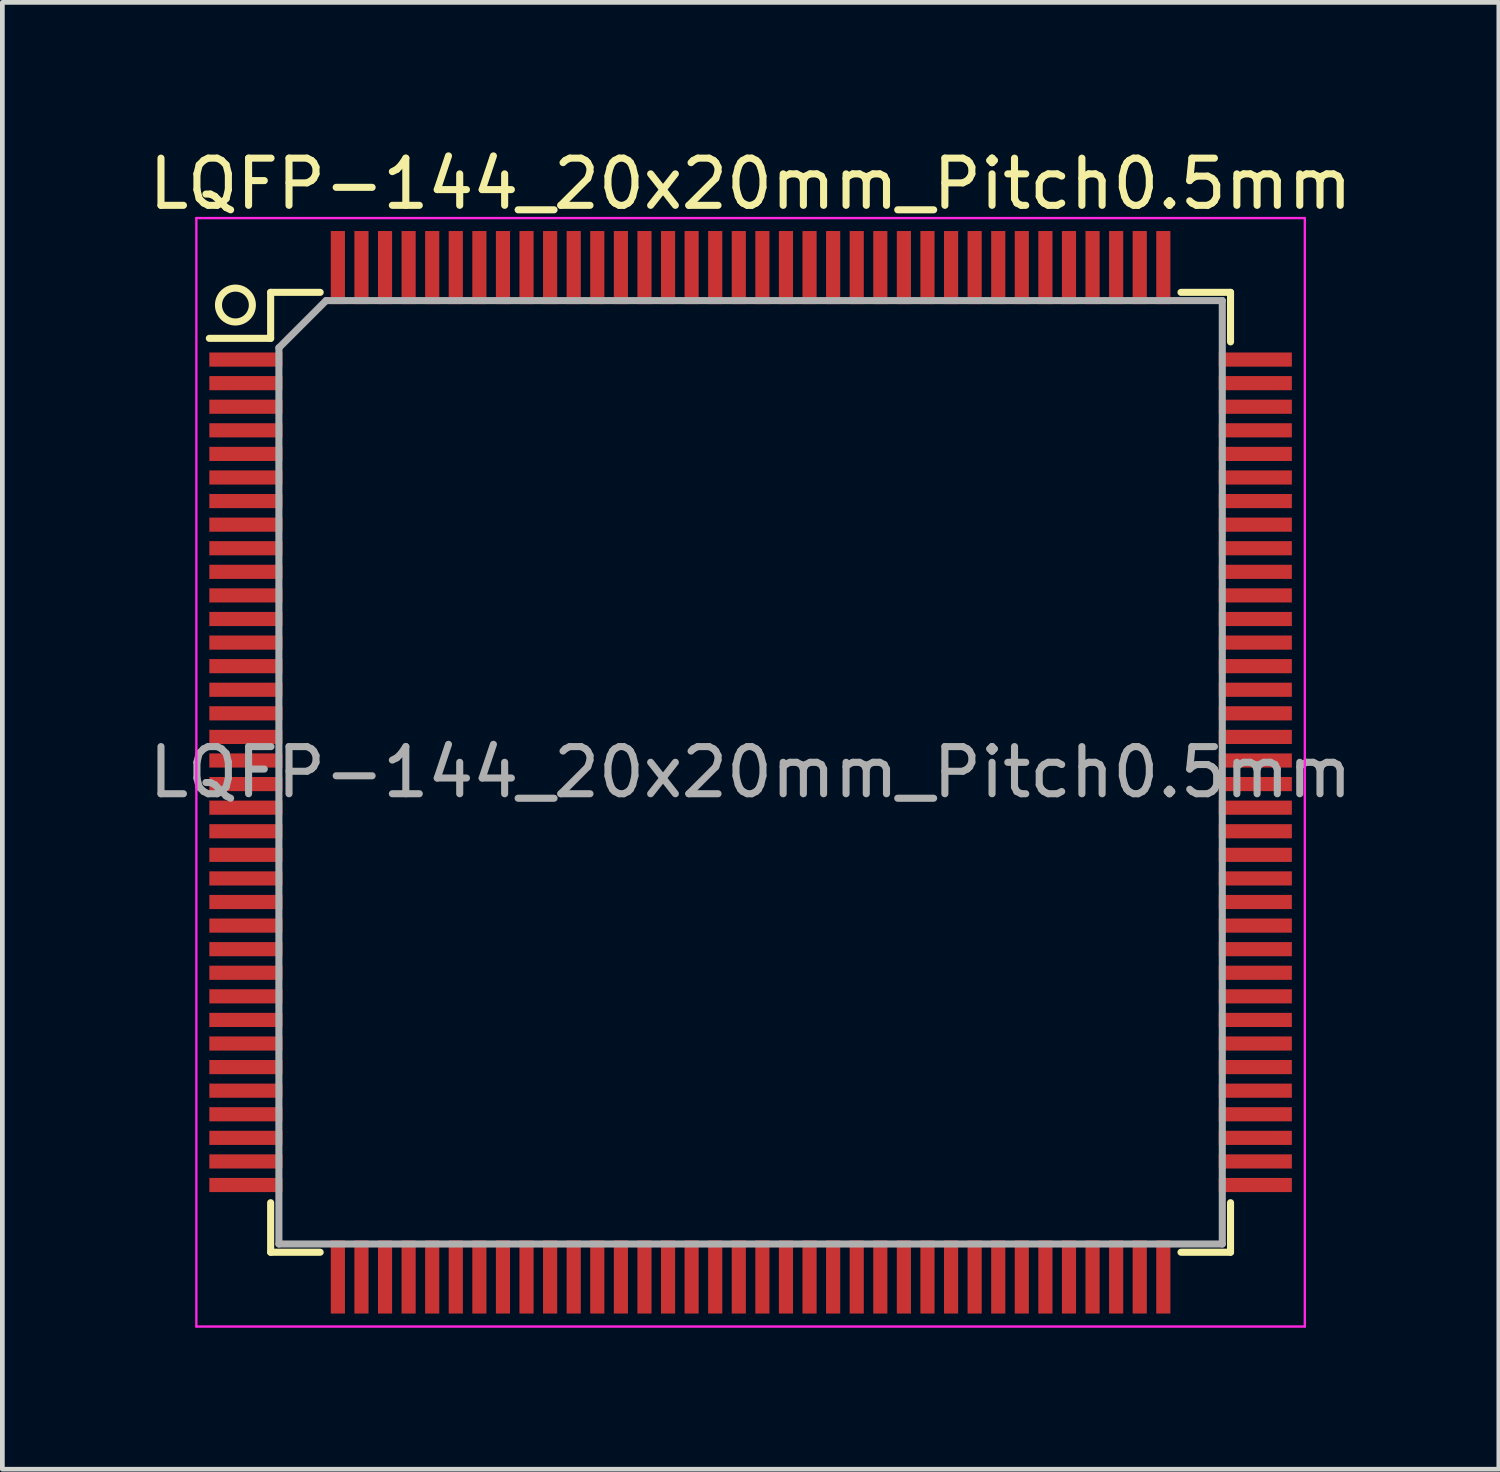
<source format=kicad_pcb>
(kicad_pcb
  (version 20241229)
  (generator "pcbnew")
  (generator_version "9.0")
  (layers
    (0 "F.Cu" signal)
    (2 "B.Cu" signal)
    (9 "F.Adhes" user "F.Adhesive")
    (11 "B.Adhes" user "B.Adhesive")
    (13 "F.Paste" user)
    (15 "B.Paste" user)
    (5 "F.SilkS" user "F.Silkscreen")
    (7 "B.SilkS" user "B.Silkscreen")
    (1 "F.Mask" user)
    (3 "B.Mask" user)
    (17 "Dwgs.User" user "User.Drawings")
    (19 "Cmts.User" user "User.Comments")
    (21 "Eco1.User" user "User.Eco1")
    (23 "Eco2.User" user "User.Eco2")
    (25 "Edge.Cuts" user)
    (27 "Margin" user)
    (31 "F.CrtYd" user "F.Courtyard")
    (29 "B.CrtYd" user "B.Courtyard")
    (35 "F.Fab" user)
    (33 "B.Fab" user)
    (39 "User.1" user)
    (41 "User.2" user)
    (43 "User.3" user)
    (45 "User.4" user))
  (footprint "LQFP-144_20x20mm_Pitch0.5mm"
    (layer "F.Cu")
    (at 12.863 13.323)
    (property "Reference" "LQFP-144_20x20mm_Pitch0.5mm" (at 0 -12.475 0) (layer "F.SilkS") (effects (font (size 1 1) (thickness 0.15))))
    (attr smd)
    (fp_line (start -10.175 -10.175) (end -10.175 -9.2) (stroke (width 0.15) (type solid)) (layer "F.SilkS"))
    (fp_line (start -10.175 -10.175) (end -9.125 -10.175) (stroke (width 0.15) (type solid)) (layer "F.SilkS"))
    (fp_line (start -10.175 -9.2) (end -11.475 -9.2) (stroke (width 0.15) (type solid)) (layer "F.SilkS"))
    (fp_line (start -10.175 10.175) (end -10.175 9.125) (stroke (width 0.15) (type solid)) (layer "F.SilkS"))
    (fp_line (start -10.175 10.175) (end -9.125 10.175) (stroke (width 0.15) (type solid)) (layer "F.SilkS"))
    (fp_line (start 10.175 -10.175) (end 9.125 -10.175) (stroke (width 0.15) (type solid)) (layer "F.SilkS"))
    (fp_line (start 10.175 -10.175) (end 10.175 -9.125) (stroke (width 0.15) (type solid)) (layer "F.SilkS"))
    (fp_line (start 10.175 10.175) (end 9.125 10.175) (stroke (width 0.15) (type solid)) (layer "F.SilkS"))
    (fp_line (start 10.175 10.175) (end 10.175 9.125) (stroke (width 0.15) (type solid)) (layer "F.SilkS"))
    (fp_circle (center -10.922 -9.906) (end -10.668 -9.652) (stroke (width 0.15) (type solid)) (fill no) (layer "F.SilkS"))
    (fp_line (start -11.75 -11.75) (end -11.75 11.75) (stroke (width 0.05) (type solid)) (layer "F.CrtYd"))
    (fp_line (start -11.75 -11.75) (end 11.75 -11.75) (stroke (width 0.05) (type solid)) (layer "F.CrtYd"))
    (fp_line (start -11.75 11.75) (end 11.75 11.75) (stroke (width 0.05) (type solid)) (layer "F.CrtYd"))
    (fp_line (start 11.75 -11.75) (end 11.75 11.75) (stroke (width 0.05) (type solid)) (layer "F.CrtYd"))
    (fp_line (start -10 -9) (end -9 -10) (stroke (width 0.15) (type solid)) (layer "F.Fab"))
    (fp_line (start -10 10) (end -10 -9) (stroke (width 0.15) (type solid)) (layer "F.Fab"))
    (fp_line (start -9 -10) (end 10 -10) (stroke (width 0.15) (type solid)) (layer "F.Fab"))
    (fp_line (start 10 -10) (end 10 10) (stroke (width 0.15) (type solid)) (layer "F.Fab"))
    (fp_line (start 10 10) (end -10 10) (stroke (width 0.15) (type solid)) (layer "F.Fab"))
    (fp_text user "${REFERENCE}" (at 0 0 0) (layer "F.Fab") (effects (font (size 1 1) (thickness 0.15))))
    (pad "1" smd rect (at -10.7 -8.75) (size 1.55 0.3) (layers "F.Cu" "F.Mask" "F.Paste"))
    (pad "2" smd rect (at -10.7 -8.25) (size 1.55 0.3) (layers "F.Cu" "F.Mask" "F.Paste"))
    (pad "3" smd rect (at -10.7 -7.75) (size 1.55 0.3) (layers "F.Cu" "F.Mask" "F.Paste"))
    (pad "4" smd rect (at -10.7 -7.25) (size 1.55 0.3) (layers "F.Cu" "F.Mask" "F.Paste"))
    (pad "5" smd rect (at -10.7 -6.75) (size 1.55 0.3) (layers "F.Cu" "F.Mask" "F.Paste"))
    (pad "6" smd rect (at -10.7 -6.25) (size 1.55 0.3) (layers "F.Cu" "F.Mask" "F.Paste"))
    (pad "7" smd rect (at -10.7 -5.75) (size 1.55 0.3) (layers "F.Cu" "F.Mask" "F.Paste"))
    (pad "8" smd rect (at -10.7 -5.25) (size 1.55 0.3) (layers "F.Cu" "F.Mask" "F.Paste"))
    (pad "9" smd rect (at -10.7 -4.75) (size 1.55 0.3) (layers "F.Cu" "F.Mask" "F.Paste"))
    (pad "10" smd rect (at -10.7 -4.25) (size 1.55 0.3) (layers "F.Cu" "F.Mask" "F.Paste"))
    (pad "11" smd rect (at -10.7 -3.75) (size 1.55 0.3) (layers "F.Cu" "F.Mask" "F.Paste"))
    (pad "12" smd rect (at -10.7 -3.25) (size 1.55 0.3) (layers "F.Cu" "F.Mask" "F.Paste"))
    (pad "13" smd rect (at -10.7 -2.75) (size 1.55 0.3) (layers "F.Cu" "F.Mask" "F.Paste"))
    (pad "14" smd rect (at -10.7 -2.25) (size 1.55 0.3) (layers "F.Cu" "F.Mask" "F.Paste"))
    (pad "15" smd rect (at -10.7 -1.75) (size 1.55 0.3) (layers "F.Cu" "F.Mask" "F.Paste"))
    (pad "16" smd rect (at -10.7 -1.25) (size 1.55 0.3) (layers "F.Cu" "F.Mask" "F.Paste"))
    (pad "17" smd rect (at -10.7 -0.75) (size 1.55 0.3) (layers "F.Cu" "F.Mask" "F.Paste"))
    (pad "18" smd rect (at -10.7 -0.25) (size 1.55 0.3) (layers "F.Cu" "F.Mask" "F.Paste"))
    (pad "19" smd rect (at -10.7 0.25) (size 1.55 0.3) (layers "F.Cu" "F.Mask" "F.Paste"))
    (pad "20" smd rect (at -10.7 0.75) (size 1.55 0.3) (layers "F.Cu" "F.Mask" "F.Paste"))
    (pad "21" smd rect (at -10.7 1.25) (size 1.55 0.3) (layers "F.Cu" "F.Mask" "F.Paste"))
    (pad "22" smd rect (at -10.7 1.75) (size 1.55 0.3) (layers "F.Cu" "F.Mask" "F.Paste"))
    (pad "23" smd rect (at -10.7 2.25) (size 1.55 0.3) (layers "F.Cu" "F.Mask" "F.Paste"))
    (pad "24" smd rect (at -10.7 2.75) (size 1.55 0.3) (layers "F.Cu" "F.Mask" "F.Paste"))
    (pad "25" smd rect (at -10.7 3.25) (size 1.55 0.3) (layers "F.Cu" "F.Mask" "F.Paste"))
    (pad "26" smd rect (at -10.7 3.75) (size 1.55 0.3) (layers "F.Cu" "F.Mask" "F.Paste"))
    (pad "27" smd rect (at -10.7 4.25) (size 1.55 0.3) (layers "F.Cu" "F.Mask" "F.Paste"))
    (pad "28" smd rect (at -10.7 4.75) (size 1.55 0.3) (layers "F.Cu" "F.Mask" "F.Paste"))
    (pad "29" smd rect (at -10.7 5.25) (size 1.55 0.3) (layers "F.Cu" "F.Mask" "F.Paste"))
    (pad "30" smd rect (at -10.7 5.75) (size 1.55 0.3) (layers "F.Cu" "F.Mask" "F.Paste"))
    (pad "31" smd rect (at -10.7 6.25) (size 1.55 0.3) (layers "F.Cu" "F.Mask" "F.Paste"))
    (pad "32" smd rect (at -10.7 6.75) (size 1.55 0.3) (layers "F.Cu" "F.Mask" "F.Paste"))
    (pad "33" smd rect (at -10.7 7.25) (size 1.55 0.3) (layers "F.Cu" "F.Mask" "F.Paste"))
    (pad "34" smd rect (at -10.7 7.75) (size 1.55 0.3) (layers "F.Cu" "F.Mask" "F.Paste"))
    (pad "35" smd rect (at -10.7 8.25) (size 1.55 0.3) (layers "F.Cu" "F.Mask" "F.Paste"))
    (pad "36" smd rect (at -10.7 8.75) (size 1.55 0.3) (layers "F.Cu" "F.Mask" "F.Paste"))
    (pad "37" smd rect (at -8.75 10.7 90) (size 1.55 0.3) (layers "F.Cu" "F.Mask" "F.Paste"))
    (pad "38" smd rect (at -8.25 10.7 90) (size 1.55 0.3) (layers "F.Cu" "F.Mask" "F.Paste"))
    (pad "39" smd rect (at -7.75 10.7 90) (size 1.55 0.3) (layers "F.Cu" "F.Mask" "F.Paste"))
    (pad "40" smd rect (at -7.25 10.7 90) (size 1.55 0.3) (layers "F.Cu" "F.Mask" "F.Paste"))
    (pad "41" smd rect (at -6.75 10.7 90) (size 1.55 0.3) (layers "F.Cu" "F.Mask" "F.Paste"))
    (pad "42" smd rect (at -6.25 10.7 90) (size 1.55 0.3) (layers "F.Cu" "F.Mask" "F.Paste"))
    (pad "43" smd rect (at -5.75 10.7 90) (size 1.55 0.3) (layers "F.Cu" "F.Mask" "F.Paste"))
    (pad "44" smd rect (at -5.25 10.7 90) (size 1.55 0.3) (layers "F.Cu" "F.Mask" "F.Paste"))
    (pad "45" smd rect (at -4.75 10.7 90) (size 1.55 0.3) (layers "F.Cu" "F.Mask" "F.Paste"))
    (pad "46" smd rect (at -4.25 10.7 90) (size 1.55 0.3) (layers "F.Cu" "F.Mask" "F.Paste"))
    (pad "47" smd rect (at -3.75 10.7 90) (size 1.55 0.3) (layers "F.Cu" "F.Mask" "F.Paste"))
    (pad "48" smd rect (at -3.25 10.7 90) (size 1.55 0.3) (layers "F.Cu" "F.Mask" "F.Paste"))
    (pad "49" smd rect (at -2.75 10.7 90) (size 1.55 0.3) (layers "F.Cu" "F.Mask" "F.Paste"))
    (pad "50" smd rect (at -2.25 10.7 90) (size 1.55 0.3) (layers "F.Cu" "F.Mask" "F.Paste"))
    (pad "51" smd rect (at -1.75 10.7 90) (size 1.55 0.3) (layers "F.Cu" "F.Mask" "F.Paste"))
    (pad "52" smd rect (at -1.25 10.7 90) (size 1.55 0.3) (layers "F.Cu" "F.Mask" "F.Paste"))
    (pad "53" smd rect (at -0.75 10.7 90) (size 1.55 0.3) (layers "F.Cu" "F.Mask" "F.Paste"))
    (pad "54" smd rect (at -0.25 10.7 90) (size 1.55 0.3) (layers "F.Cu" "F.Mask" "F.Paste"))
    (pad "55" smd rect (at 0.25 10.7 90) (size 1.55 0.3) (layers "F.Cu" "F.Mask" "F.Paste"))
    (pad "56" smd rect (at 0.75 10.7 90) (size 1.55 0.3) (layers "F.Cu" "F.Mask" "F.Paste"))
    (pad "57" smd rect (at 1.25 10.7 90) (size 1.55 0.3) (layers "F.Cu" "F.Mask" "F.Paste"))
    (pad "58" smd rect (at 1.75 10.7 90) (size 1.55 0.3) (layers "F.Cu" "F.Mask" "F.Paste"))
    (pad "59" smd rect (at 2.25 10.7 90) (size 1.55 0.3) (layers "F.Cu" "F.Mask" "F.Paste"))
    (pad "60" smd rect (at 2.75 10.7 90) (size 1.55 0.3) (layers "F.Cu" "F.Mask" "F.Paste"))
    (pad "61" smd rect (at 3.25 10.7 90) (size 1.55 0.3) (layers "F.Cu" "F.Mask" "F.Paste"))
    (pad "62" smd rect (at 3.75 10.7 90) (size 1.55 0.3) (layers "F.Cu" "F.Mask" "F.Paste"))
    (pad "63" smd rect (at 4.25 10.7 90) (size 1.55 0.3) (layers "F.Cu" "F.Mask" "F.Paste"))
    (pad "64" smd rect (at 4.75 10.7 90) (size 1.55 0.3) (layers "F.Cu" "F.Mask" "F.Paste"))
    (pad "65" smd rect (at 5.25 10.7 90) (size 1.55 0.3) (layers "F.Cu" "F.Mask" "F.Paste"))
    (pad "66" smd rect (at 5.75 10.7 90) (size 1.55 0.3) (layers "F.Cu" "F.Mask" "F.Paste"))
    (pad "67" smd rect (at 6.25 10.7 90) (size 1.55 0.3) (layers "F.Cu" "F.Mask" "F.Paste"))
    (pad "68" smd rect (at 6.75 10.7 90) (size 1.55 0.3) (layers "F.Cu" "F.Mask" "F.Paste"))
    (pad "69" smd rect (at 7.25 10.7 90) (size 1.55 0.3) (layers "F.Cu" "F.Mask" "F.Paste"))
    (pad "70" smd rect (at 7.75 10.7 90) (size 1.55 0.3) (layers "F.Cu" "F.Mask" "F.Paste"))
    (pad "71" smd rect (at 8.25 10.7 90) (size 1.55 0.3) (layers "F.Cu" "F.Mask" "F.Paste"))
    (pad "72" smd rect (at 8.75 10.7 90) (size 1.55 0.3) (layers "F.Cu" "F.Mask" "F.Paste"))
    (pad "73" smd rect (at 10.7 8.75) (size 1.55 0.3) (layers "F.Cu" "F.Mask" "F.Paste"))
    (pad "74" smd rect (at 10.7 8.25) (size 1.55 0.3) (layers "F.Cu" "F.Mask" "F.Paste"))
    (pad "75" smd rect (at 10.7 7.75) (size 1.55 0.3) (layers "F.Cu" "F.Mask" "F.Paste"))
    (pad "76" smd rect (at 10.7 7.25) (size 1.55 0.3) (layers "F.Cu" "F.Mask" "F.Paste"))
    (pad "77" smd rect (at 10.7 6.75) (size 1.55 0.3) (layers "F.Cu" "F.Mask" "F.Paste"))
    (pad "78" smd rect (at 10.7 6.25) (size 1.55 0.3) (layers "F.Cu" "F.Mask" "F.Paste"))
    (pad "79" smd rect (at 10.7 5.75) (size 1.55 0.3) (layers "F.Cu" "F.Mask" "F.Paste"))
    (pad "80" smd rect (at 10.7 5.25) (size 1.55 0.3) (layers "F.Cu" "F.Mask" "F.Paste"))
    (pad "81" smd rect (at 10.7 4.75) (size 1.55 0.3) (layers "F.Cu" "F.Mask" "F.Paste"))
    (pad "82" smd rect (at 10.7 4.25) (size 1.55 0.3) (layers "F.Cu" "F.Mask" "F.Paste"))
    (pad "83" smd rect (at 10.7 3.75) (size 1.55 0.3) (layers "F.Cu" "F.Mask" "F.Paste"))
    (pad "84" smd rect (at 10.7 3.25) (size 1.55 0.3) (layers "F.Cu" "F.Mask" "F.Paste"))
    (pad "85" smd rect (at 10.7 2.75) (size 1.55 0.3) (layers "F.Cu" "F.Mask" "F.Paste"))
    (pad "86" smd rect (at 10.7 2.25) (size 1.55 0.3) (layers "F.Cu" "F.Mask" "F.Paste"))
    (pad "87" smd rect (at 10.7 1.75) (size 1.55 0.3) (layers "F.Cu" "F.Mask" "F.Paste"))
    (pad "88" smd rect (at 10.7 1.25) (size 1.55 0.3) (layers "F.Cu" "F.Mask" "F.Paste"))
    (pad "89" smd rect (at 10.7 0.75) (size 1.55 0.3) (layers "F.Cu" "F.Mask" "F.Paste"))
    (pad "90" smd rect (at 10.7 0.25) (size 1.55 0.3) (layers "F.Cu" "F.Mask" "F.Paste"))
    (pad "91" smd rect (at 10.7 -0.25) (size 1.55 0.3) (layers "F.Cu" "F.Mask" "F.Paste"))
    (pad "92" smd rect (at 10.7 -0.75) (size 1.55 0.3) (layers "F.Cu" "F.Mask" "F.Paste"))
    (pad "93" smd rect (at 10.7 -1.25) (size 1.55 0.3) (layers "F.Cu" "F.Mask" "F.Paste"))
    (pad "94" smd rect (at 10.7 -1.75) (size 1.55 0.3) (layers "F.Cu" "F.Mask" "F.Paste"))
    (pad "95" smd rect (at 10.7 -2.25) (size 1.55 0.3) (layers "F.Cu" "F.Mask" "F.Paste"))
    (pad "96" smd rect (at 10.7 -2.75) (size 1.55 0.3) (layers "F.Cu" "F.Mask" "F.Paste"))
    (pad "97" smd rect (at 10.7 -3.25) (size 1.55 0.3) (layers "F.Cu" "F.Mask" "F.Paste"))
    (pad "98" smd rect (at 10.7 -3.75) (size 1.55 0.3) (layers "F.Cu" "F.Mask" "F.Paste"))
    (pad "99" smd rect (at 10.7 -4.25) (size 1.55 0.3) (layers "F.Cu" "F.Mask" "F.Paste"))
    (pad "100" smd rect (at 10.7 -4.75) (size 1.55 0.3) (layers "F.Cu" "F.Mask" "F.Paste"))
    (pad "101" smd rect (at 10.7 -5.25) (size 1.55 0.3) (layers "F.Cu" "F.Mask" "F.Paste"))
    (pad "102" smd rect (at 10.7 -5.75) (size 1.55 0.3) (layers "F.Cu" "F.Mask" "F.Paste"))
    (pad "103" smd rect (at 10.7 -6.25) (size 1.55 0.3) (layers "F.Cu" "F.Mask" "F.Paste"))
    (pad "104" smd rect (at 10.7 -6.75) (size 1.55 0.3) (layers "F.Cu" "F.Mask" "F.Paste"))
    (pad "105" smd rect (at 10.7 -7.25) (size 1.55 0.3) (layers "F.Cu" "F.Mask" "F.Paste"))
    (pad "106" smd rect (at 10.7 -7.75) (size 1.55 0.3) (layers "F.Cu" "F.Mask" "F.Paste"))
    (pad "107" smd rect (at 10.7 -8.25) (size 1.55 0.3) (layers "F.Cu" "F.Mask" "F.Paste"))
    (pad "108" smd rect (at 10.7 -8.75) (size 1.55 0.3) (layers "F.Cu" "F.Mask" "F.Paste"))
    (pad "109" smd rect (at 8.75 -10.7 90) (size 1.55 0.3) (layers "F.Cu" "F.Mask" "F.Paste"))
    (pad "110" smd rect (at 8.25 -10.7 90) (size 1.55 0.3) (layers "F.Cu" "F.Mask" "F.Paste"))
    (pad "111" smd rect (at 7.75 -10.7 90) (size 1.55 0.3) (layers "F.Cu" "F.Mask" "F.Paste"))
    (pad "112" smd rect (at 7.25 -10.7 90) (size 1.55 0.3) (layers "F.Cu" "F.Mask" "F.Paste"))
    (pad "113" smd rect (at 6.75 -10.7 90) (size 1.55 0.3) (layers "F.Cu" "F.Mask" "F.Paste"))
    (pad "114" smd rect (at 6.25 -10.7 90) (size 1.55 0.3) (layers "F.Cu" "F.Mask" "F.Paste"))
    (pad "115" smd rect (at 5.75 -10.7 90) (size 1.55 0.3) (layers "F.Cu" "F.Mask" "F.Paste"))
    (pad "116" smd rect (at 5.25 -10.7 90) (size 1.55 0.3) (layers "F.Cu" "F.Mask" "F.Paste"))
    (pad "117" smd rect (at 4.75 -10.7 90) (size 1.55 0.3) (layers "F.Cu" "F.Mask" "F.Paste"))
    (pad "118" smd rect (at 4.25 -10.7 90) (size 1.55 0.3) (layers "F.Cu" "F.Mask" "F.Paste"))
    (pad "119" smd rect (at 3.75 -10.7 90) (size 1.55 0.3) (layers "F.Cu" "F.Mask" "F.Paste"))
    (pad "120" smd rect (at 3.25 -10.7 90) (size 1.55 0.3) (layers "F.Cu" "F.Mask" "F.Paste"))
    (pad "121" smd rect (at 2.75 -10.7 90) (size 1.55 0.3) (layers "F.Cu" "F.Mask" "F.Paste"))
    (pad "122" smd rect (at 2.25 -10.7 90) (size 1.55 0.3) (layers "F.Cu" "F.Mask" "F.Paste"))
    (pad "123" smd rect (at 1.75 -10.7 90) (size 1.55 0.3) (layers "F.Cu" "F.Mask" "F.Paste"))
    (pad "124" smd rect (at 1.25 -10.7 90) (size 1.55 0.3) (layers "F.Cu" "F.Mask" "F.Paste"))
    (pad "125" smd rect (at 0.75 -10.7 90) (size 1.55 0.3) (layers "F.Cu" "F.Mask" "F.Paste"))
    (pad "126" smd rect (at 0.25 -10.7 90) (size 1.55 0.3) (layers "F.Cu" "F.Mask" "F.Paste"))
    (pad "127" smd rect (at -0.25 -10.7 90) (size 1.55 0.3) (layers "F.Cu" "F.Mask" "F.Paste"))
    (pad "128" smd rect (at -0.75 -10.7 90) (size 1.55 0.3) (layers "F.Cu" "F.Mask" "F.Paste"))
    (pad "129" smd rect (at -1.25 -10.7 90) (size 1.55 0.3) (layers "F.Cu" "F.Mask" "F.Paste"))
    (pad "130" smd rect (at -1.75 -10.7 90) (size 1.55 0.3) (layers "F.Cu" "F.Mask" "F.Paste"))
    (pad "131" smd rect (at -2.25 -10.7 90) (size 1.55 0.3) (layers "F.Cu" "F.Mask" "F.Paste"))
    (pad "132" smd rect (at -2.75 -10.7 90) (size 1.55 0.3) (layers "F.Cu" "F.Mask" "F.Paste"))
    (pad "133" smd rect (at -3.25 -10.7 90) (size 1.55 0.3) (layers "F.Cu" "F.Mask" "F.Paste"))
    (pad "134" smd rect (at -3.75 -10.7 90) (size 1.55 0.3) (layers "F.Cu" "F.Mask" "F.Paste"))
    (pad "135" smd rect (at -4.25 -10.7 90) (size 1.55 0.3) (layers "F.Cu" "F.Mask" "F.Paste"))
    (pad "136" smd rect (at -4.75 -10.7 90) (size 1.55 0.3) (layers "F.Cu" "F.Mask" "F.Paste"))
    (pad "137" smd rect (at -5.25 -10.7 90) (size 1.55 0.3) (layers "F.Cu" "F.Mask" "F.Paste"))
    (pad "138" smd rect (at -5.75 -10.7 90) (size 1.55 0.3) (layers "F.Cu" "F.Mask" "F.Paste"))
    (pad "139" smd rect (at -6.25 -10.7 90) (size 1.55 0.3) (layers "F.Cu" "F.Mask" "F.Paste"))
    (pad "140" smd rect (at -6.75 -10.7 90) (size 1.55 0.3) (layers "F.Cu" "F.Mask" "F.Paste"))
    (pad "141" smd rect (at -7.25 -10.7 90) (size 1.55 0.3) (layers "F.Cu" "F.Mask" "F.Paste"))
    (pad "142" smd rect (at -7.75 -10.7 90) (size 1.55 0.3) (layers "F.Cu" "F.Mask" "F.Paste"))
    (pad "143" smd rect (at -8.25 -10.7 90) (size 1.55 0.3) (layers "F.Cu" "F.Mask" "F.Paste"))
    (pad "144" smd rect (at -8.75 -10.7 90) (size 1.55 0.3) (layers "F.Cu" "F.Mask" "F.Paste")))
  (gr_rect
    (start -3 -3)
    (end 28.726 28.098)
    (stroke (width 0.1) (type default))
    (fill no)
    (layer "Edge.Cuts")))
</source>
